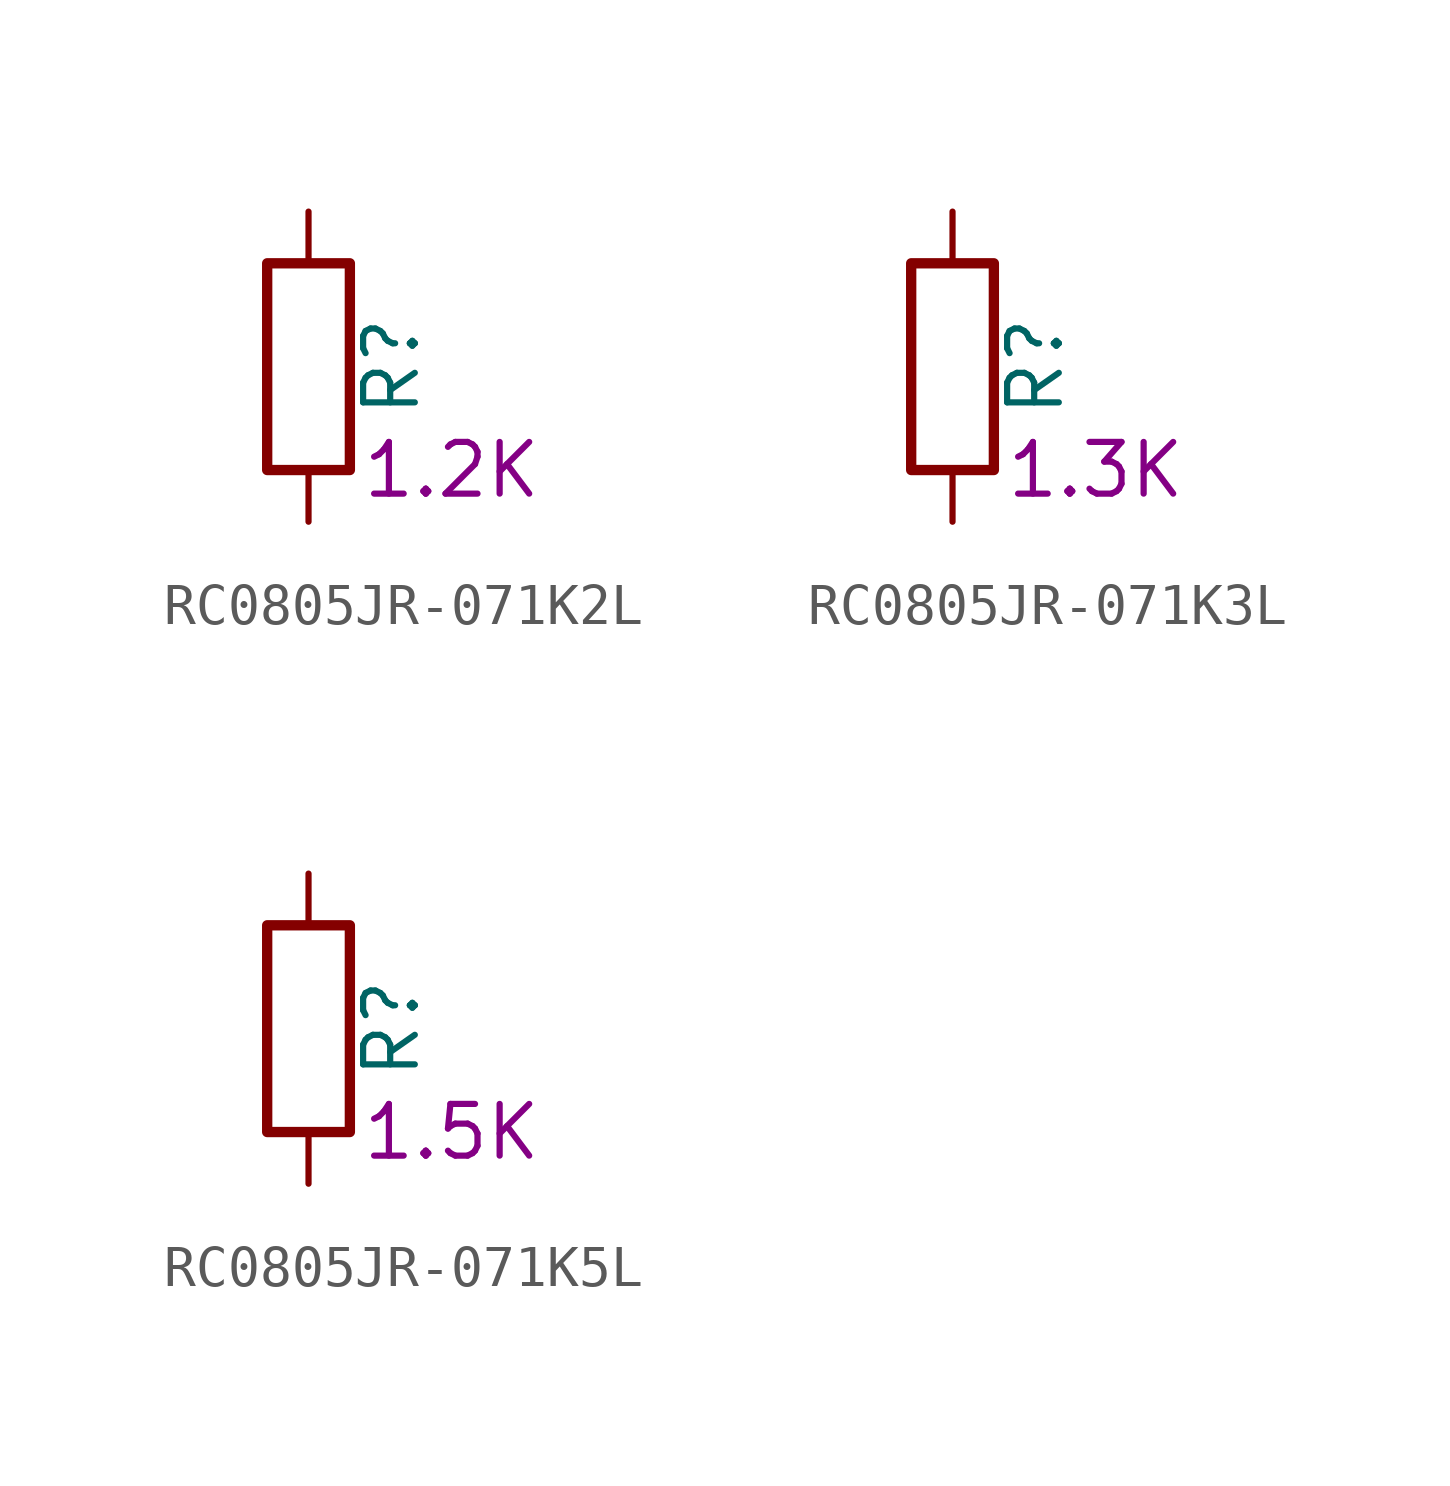
<source format=kicad_sym>
(kicad_symbol_lib
  (version 20220914)
  (generator kicad_symbol_editor)
  (symbol "RC0805JR-071K2L"
    (pin_numbers hide)
    (pin_names
      (offset 0))
    (property "Reference" "R"
      (at 2.032 0 90)
      (effects (font (size 1.27 1.27))))
    (property "Resistance" "1.2K"
      (at 1.27 -2.54 0)
      (effects (font (size 1.27 1.27)) (justify left)))
    (symbol "RC0805JR-071K2L_0_1"
      (rectangle (start -1.016 -2.54) (end 1.016 2.54) (stroke (width 0.254) (type default)) (fill (type none))))
    (symbol "RC0805JR-071K2L_1_1"
      (pin passive line (at 0 3.81 270) (length 1.27) (name "~" (effects (font (size 1.27 1.27)))) (number "1" (effects (font (size 1.27 1.27)))))
      (pin passive line (at 0 -3.81 90) (length 1.27) (name "~" (effects (font (size 1.27 1.27)))) (number "2" (effects (font (size 1.27 1.27)))))))
  (symbol "RC0805JR-071K3L"
    (pin_numbers hide)
    (pin_names
      (offset 0))
    (property "Reference" "R"
      (at 2.032 0 90)
      (effects (font (size 1.27 1.27))))
    (property "Resistance" "1.3K"
      (at 1.27 -2.54 0)
      (effects (font (size 1.27 1.27)) (justify left)))
    (symbol "RC0805JR-071K3L_0_1"
      (rectangle (start -1.016 -2.54) (end 1.016 2.54) (stroke (width 0.254) (type default)) (fill (type none))))
    (symbol "RC0805JR-071K3L_1_1"
      (pin passive line (at 0 3.81 270) (length 1.27) (name "~" (effects (font (size 1.27 1.27)))) (number "1" (effects (font (size 1.27 1.27)))))
      (pin passive line (at 0 -3.81 90) (length 1.27) (name "~" (effects (font (size 1.27 1.27)))) (number "2" (effects (font (size 1.27 1.27)))))))
  (symbol "RC0805JR-071K5L"
    (pin_numbers hide)
    (pin_names
      (offset 0))
    (property "Reference" "R"
      (at 2.032 0 90)
      (effects (font (size 1.27 1.27))))
    (property "Resistance" "1.5K"
      (at 1.27 -2.54 0)
      (effects (font (size 1.27 1.27)) (justify left)))
    (symbol "RC0805JR-071K5L_0_1"
      (rectangle (start -1.016 -2.54) (end 1.016 2.54) (stroke (width 0.254) (type default)) (fill (type none))))
    (symbol "RC0805JR-071K5L_1_1"
      (pin passive line (at 0 3.81 270) (length 1.27) (name "~" (effects (font (size 1.27 1.27)))) (number "1" (effects (font (size 1.27 1.27)))))
      (pin passive line (at 0 -3.81 90) (length 1.27) (name "~" (effects (font (size 1.27 1.27)))) (number "2" (effects (font (size 1.27 1.27))))))))
</source>
